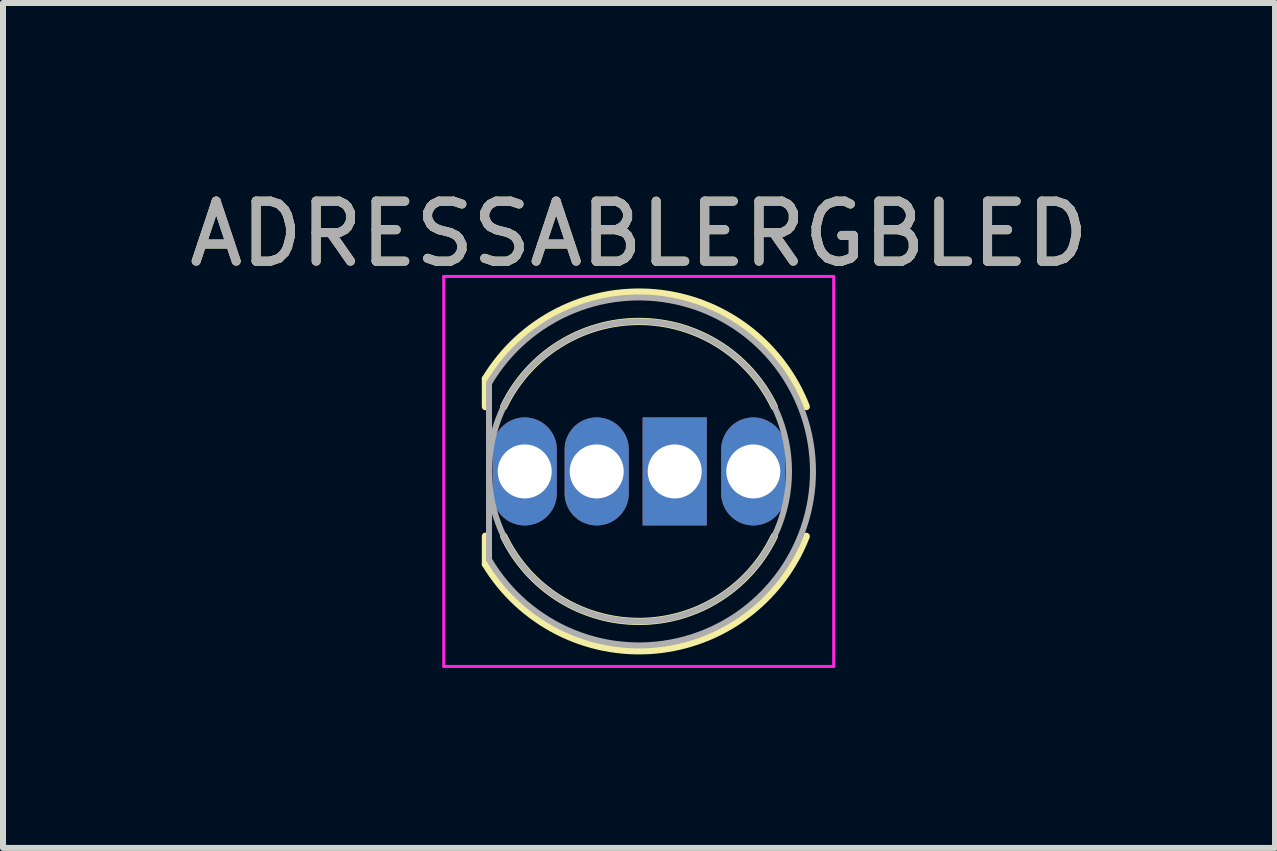
<source format=kicad_pcb>
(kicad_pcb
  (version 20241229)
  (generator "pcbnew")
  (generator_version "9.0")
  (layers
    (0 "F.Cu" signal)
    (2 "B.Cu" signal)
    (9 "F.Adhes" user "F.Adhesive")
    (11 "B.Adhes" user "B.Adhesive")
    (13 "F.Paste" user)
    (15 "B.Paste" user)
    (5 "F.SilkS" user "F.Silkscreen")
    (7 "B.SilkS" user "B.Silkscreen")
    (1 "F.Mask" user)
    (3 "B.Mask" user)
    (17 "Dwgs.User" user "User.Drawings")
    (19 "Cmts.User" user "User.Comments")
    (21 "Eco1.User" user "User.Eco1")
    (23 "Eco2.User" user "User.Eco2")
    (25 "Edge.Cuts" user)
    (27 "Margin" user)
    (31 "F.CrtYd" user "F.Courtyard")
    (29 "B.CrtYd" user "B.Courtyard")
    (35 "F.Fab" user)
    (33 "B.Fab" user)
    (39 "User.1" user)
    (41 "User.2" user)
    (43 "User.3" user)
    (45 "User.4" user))
  (footprint "ADRESSABLERGBLED"
    (layer "F.Cu")
    (at 5.696 4.808)
    (property "Reference" "ADRESSABLERGBLED" (at 1.905 -3.96 180) (layer "F.SilkS") (effects (font (size 1 1) (thickness 0.15))))
    (attr through_hole)
    (fp_line (start -0.655 -1.545) (end -0.655 -1.08) (stroke (width 0.12) (type solid)) (layer "F.SilkS"))
    (fp_line (start -0.655 1.08) (end -0.655 1.545) (stroke (width 0.12) (type solid)) (layer "F.SilkS"))
    (fp_arc (start -0.655 -1.54483) (mid 2.163456 -2.978809) (end 4.692815 -1.080827) (stroke (width 0.12) (type solid)) (layer "F.SilkS"))
    (fp_arc (start -0.349684 -1.08) (mid 1.904762 -2.5) (end 4.159479 -1.080429) (stroke (width 0.12) (type solid)) (layer "F.SilkS"))
    (fp_arc (start 4.159479 1.080429) (mid 1.904762 2.5) (end -0.349684 1.08) (stroke (width 0.12) (type solid)) (layer "F.SilkS"))
    (fp_arc (start 4.692815 1.080827) (mid 2.163456 2.978808) (end -0.655 1.54483) (stroke (width 0.12) (type solid)) (layer "F.SilkS"))
    (fp_line (start -1.35 -3.25) (end -1.35 3.25) (stroke (width 0.05) (type solid)) (layer "F.CrtYd"))
    (fp_line (start -1.35 3.25) (end 5.15 3.25) (stroke (width 0.05) (type solid)) (layer "F.CrtYd"))
    (fp_line (start 5.15 -3.25) (end -1.35 -3.25) (stroke (width 0.05) (type solid)) (layer "F.CrtYd"))
    (fp_line (start 5.15 3.25) (end 5.15 -3.25) (stroke (width 0.05) (type solid)) (layer "F.CrtYd"))
    (fp_line (start -0.595 -1.47) (end -0.595 1.47) (stroke (width 0.1) (type solid)) (layer "F.Fab"))
    (fp_arc (start -0.595 -1.469694) (mid 4.805 0.000016) (end -0.595016 1.469666) (stroke (width 0.1) (type solid)) (layer "F.Fab"))
    (fp_circle (center 1.905 0) (end 4.405 0) (stroke (width 0.1) (type solid)) (fill no) (layer "F.Fab"))
    (fp_text user "${REFERENCE}" (at 1.905 -3.96 180) (layer "F.Fab") (effects (font (size 1 1) (thickness 0.15))))
    (pad "1" thru_hole rect (at 2.5 0) (size 1.07 1.8) (drill 0.9) (layers "*.Cu" "*.Mask"))
    (pad "2" thru_hole oval (at 0 0) (size 1.07 1.8) (drill 0.9) (layers "*.Cu" "*.Mask"))
    (pad "3" thru_hole oval (at 1.2 0) (size 1.07 1.8) (drill 0.9) (layers "*.Cu" "*.Mask"))
    (pad "4" thru_hole oval (at 3.81 0) (size 1.07 1.8) (drill 0.9) (layers "*.Cu" "*.Mask")))
  (gr_rect
    (start -3 -3)
    (end 18.202 11.083)
    (stroke (width 0.1) (type default))
    (fill no)
    (layer "Edge.Cuts")))
</source>
